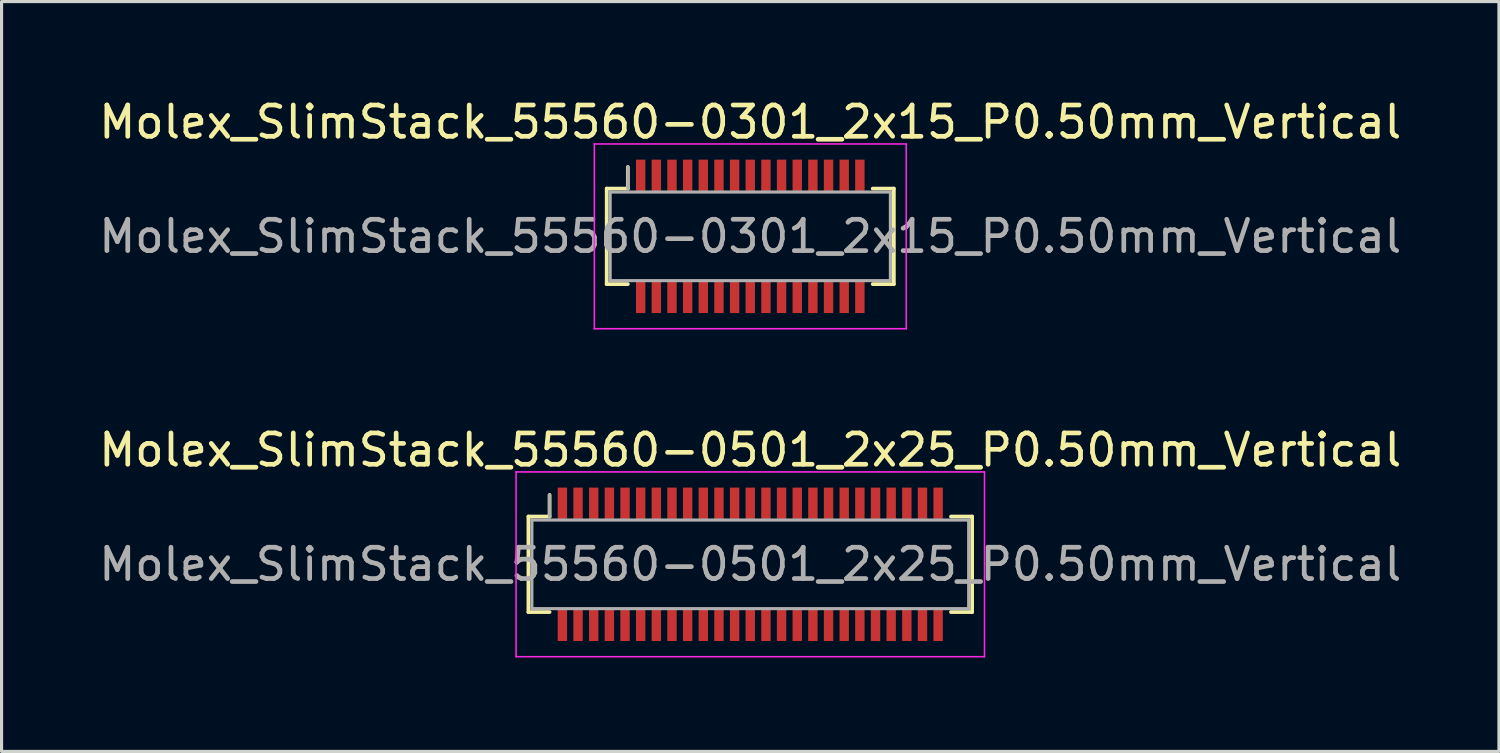
<source format=kicad_pcb>
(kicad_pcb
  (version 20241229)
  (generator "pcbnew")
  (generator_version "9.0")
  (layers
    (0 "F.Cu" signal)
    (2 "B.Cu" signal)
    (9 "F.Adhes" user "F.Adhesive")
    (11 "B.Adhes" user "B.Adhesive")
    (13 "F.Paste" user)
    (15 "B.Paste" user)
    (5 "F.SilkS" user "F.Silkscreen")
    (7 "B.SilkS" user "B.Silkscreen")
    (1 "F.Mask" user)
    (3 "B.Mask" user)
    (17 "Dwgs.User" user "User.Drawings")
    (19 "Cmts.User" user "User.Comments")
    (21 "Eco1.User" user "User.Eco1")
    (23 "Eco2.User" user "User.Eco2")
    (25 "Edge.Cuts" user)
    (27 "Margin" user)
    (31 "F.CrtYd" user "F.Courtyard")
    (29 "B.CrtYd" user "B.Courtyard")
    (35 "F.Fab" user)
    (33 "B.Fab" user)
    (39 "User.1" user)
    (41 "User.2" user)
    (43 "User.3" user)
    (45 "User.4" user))
  (footprint "Molex_SlimStack_55560-0501_2x25_P0.50mm_Vertical"
    (layer "F.Cu")
    (at 20.911 14.972)
    (property "Reference" "Molex_SlimStack_55560-0501_2x25_P0.50mm_Vertical" (at 0 -3.65 0) (layer "F.SilkS") (effects (font (size 1 1) (thickness 0.15))))
    (attr smd)
    (fp_line (start -7.085 -1.525) (end -6.41 -1.525) (stroke (width 0.12) (type solid)) (layer "F.SilkS"))
    (fp_line (start -7.085 1.525) (end -7.085 -1.525) (stroke (width 0.12) (type solid)) (layer "F.SilkS"))
    (fp_line (start -6.41 -1.525) (end -6.41 -2.215) (stroke (width 0.12) (type solid)) (layer "F.SilkS"))
    (fp_line (start -6.41 1.525) (end -7.085 1.525) (stroke (width 0.12) (type solid)) (layer "F.SilkS"))
    (fp_line (start 6.41 1.525) (end 7.085 1.525) (stroke (width 0.12) (type solid)) (layer "F.SilkS"))
    (fp_line (start 7.085 -1.525) (end 6.41 -1.525) (stroke (width 0.12) (type solid)) (layer "F.SilkS"))
    (fp_line (start 7.085 1.525) (end 7.085 -1.525) (stroke (width 0.12) (type solid)) (layer "F.SilkS"))
    (fp_line (start -7.48 -2.95) (end -7.48 2.95) (stroke (width 0.05) (type solid)) (layer "F.CrtYd"))
    (fp_line (start -7.48 2.95) (end 7.48 2.95) (stroke (width 0.05) (type solid)) (layer "F.CrtYd"))
    (fp_line (start 7.48 -2.95) (end -7.48 -2.95) (stroke (width 0.05) (type solid)) (layer "F.CrtYd"))
    (fp_line (start 7.48 2.95) (end 7.48 -2.95) (stroke (width 0.05) (type solid)) (layer "F.CrtYd"))
    (fp_line (start -6.975 -1.415) (end -6.975 1.415) (stroke (width 0.1) (type solid)) (layer "F.Fab"))
    (fp_line (start -6.975 1.415) (end 6.975 1.415) (stroke (width 0.1) (type solid)) (layer "F.Fab"))
    (fp_line (start -6.41 -1.525) (end -6.41 -2.215) (stroke (width 0.1) (type solid)) (layer "F.Fab"))
    (fp_line (start 6.975 -1.415) (end -6.975 -1.415) (stroke (width 0.1) (type solid)) (layer "F.Fab"))
    (fp_line (start 6.975 1.415) (end 6.975 -1.415) (stroke (width 0.1) (type solid)) (layer "F.Fab"))
    (fp_text user "${REFERENCE}" (at 0 0 0) (layer "F.Fab") (effects (font (size 1 1) (thickness 0.15))))
    (pad "1" smd rect (at -6 -1.95) (size 0.3 1) (layers "F.Cu" "F.Mask" "F.Paste"))
    (pad "2" smd rect (at -6 1.95) (size 0.3 1) (layers "F.Cu" "F.Mask" "F.Paste"))
    (pad "3" smd rect (at -5.5 -1.95) (size 0.3 1) (layers "F.Cu" "F.Mask" "F.Paste"))
    (pad "4" smd rect (at -5.5 1.95) (size 0.3 1) (layers "F.Cu" "F.Mask" "F.Paste"))
    (pad "5" smd rect (at -5 -1.95) (size 0.3 1) (layers "F.Cu" "F.Mask" "F.Paste"))
    (pad "6" smd rect (at -5 1.95) (size 0.3 1) (layers "F.Cu" "F.Mask" "F.Paste"))
    (pad "7" smd rect (at -4.5 -1.95) (size 0.3 1) (layers "F.Cu" "F.Mask" "F.Paste"))
    (pad "8" smd rect (at -4.5 1.95) (size 0.3 1) (layers "F.Cu" "F.Mask" "F.Paste"))
    (pad "9" smd rect (at -4 -1.95) (size 0.3 1) (layers "F.Cu" "F.Mask" "F.Paste"))
    (pad "10" smd rect (at -4 1.95) (size 0.3 1) (layers "F.Cu" "F.Mask" "F.Paste"))
    (pad "11" smd rect (at -3.5 -1.95) (size 0.3 1) (layers "F.Cu" "F.Mask" "F.Paste"))
    (pad "12" smd rect (at -3.5 1.95) (size 0.3 1) (layers "F.Cu" "F.Mask" "F.Paste"))
    (pad "13" smd rect (at -3 -1.95) (size 0.3 1) (layers "F.Cu" "F.Mask" "F.Paste"))
    (pad "14" smd rect (at -3 1.95) (size 0.3 1) (layers "F.Cu" "F.Mask" "F.Paste"))
    (pad "15" smd rect (at -2.5 -1.95) (size 0.3 1) (layers "F.Cu" "F.Mask" "F.Paste"))
    (pad "16" smd rect (at -2.5 1.95) (size 0.3 1) (layers "F.Cu" "F.Mask" "F.Paste"))
    (pad "17" smd rect (at -2 -1.95) (size 0.3 1) (layers "F.Cu" "F.Mask" "F.Paste"))
    (pad "18" smd rect (at -2 1.95) (size 0.3 1) (layers "F.Cu" "F.Mask" "F.Paste"))
    (pad "19" smd rect (at -1.5 -1.95) (size 0.3 1) (layers "F.Cu" "F.Mask" "F.Paste"))
    (pad "20" smd rect (at -1.5 1.95) (size 0.3 1) (layers "F.Cu" "F.Mask" "F.Paste"))
    (pad "21" smd rect (at -1 -1.95) (size 0.3 1) (layers "F.Cu" "F.Mask" "F.Paste"))
    (pad "22" smd rect (at -1 1.95) (size 0.3 1) (layers "F.Cu" "F.Mask" "F.Paste"))
    (pad "23" smd rect (at -0.5 -1.95) (size 0.3 1) (layers "F.Cu" "F.Mask" "F.Paste"))
    (pad "24" smd rect (at -0.5 1.95) (size 0.3 1) (layers "F.Cu" "F.Mask" "F.Paste"))
    (pad "25" smd rect (at 0 -1.95) (size 0.3 1) (layers "F.Cu" "F.Mask" "F.Paste"))
    (pad "26" smd rect (at 0 1.95) (size 0.3 1) (layers "F.Cu" "F.Mask" "F.Paste"))
    (pad "27" smd rect (at 0.5 -1.95) (size 0.3 1) (layers "F.Cu" "F.Mask" "F.Paste"))
    (pad "28" smd rect (at 0.5 1.95) (size 0.3 1) (layers "F.Cu" "F.Mask" "F.Paste"))
    (pad "29" smd rect (at 1 -1.95) (size 0.3 1) (layers "F.Cu" "F.Mask" "F.Paste"))
    (pad "30" smd rect (at 1 1.95) (size 0.3 1) (layers "F.Cu" "F.Mask" "F.Paste"))
    (pad "31" smd rect (at 1.5 -1.95) (size 0.3 1) (layers "F.Cu" "F.Mask" "F.Paste"))
    (pad "32" smd rect (at 1.5 1.95) (size 0.3 1) (layers "F.Cu" "F.Mask" "F.Paste"))
    (pad "33" smd rect (at 2 -1.95) (size 0.3 1) (layers "F.Cu" "F.Mask" "F.Paste"))
    (pad "34" smd rect (at 2 1.95) (size 0.3 1) (layers "F.Cu" "F.Mask" "F.Paste"))
    (pad "35" smd rect (at 2.5 -1.95) (size 0.3 1) (layers "F.Cu" "F.Mask" "F.Paste"))
    (pad "36" smd rect (at 2.5 1.95) (size 0.3 1) (layers "F.Cu" "F.Mask" "F.Paste"))
    (pad "37" smd rect (at 3 -1.95) (size 0.3 1) (layers "F.Cu" "F.Mask" "F.Paste"))
    (pad "38" smd rect (at 3 1.95) (size 0.3 1) (layers "F.Cu" "F.Mask" "F.Paste"))
    (pad "39" smd rect (at 3.5 -1.95) (size 0.3 1) (layers "F.Cu" "F.Mask" "F.Paste"))
    (pad "40" smd rect (at 3.5 1.95) (size 0.3 1) (layers "F.Cu" "F.Mask" "F.Paste"))
    (pad "41" smd rect (at 4 -1.95) (size 0.3 1) (layers "F.Cu" "F.Mask" "F.Paste"))
    (pad "42" smd rect (at 4 1.95) (size 0.3 1) (layers "F.Cu" "F.Mask" "F.Paste"))
    (pad "43" smd rect (at 4.5 -1.95) (size 0.3 1) (layers "F.Cu" "F.Mask" "F.Paste"))
    (pad "44" smd rect (at 4.5 1.95) (size 0.3 1) (layers "F.Cu" "F.Mask" "F.Paste"))
    (pad "45" smd rect (at 5 -1.95) (size 0.3 1) (layers "F.Cu" "F.Mask" "F.Paste"))
    (pad "46" smd rect (at 5 1.95) (size 0.3 1) (layers "F.Cu" "F.Mask" "F.Paste"))
    (pad "47" smd rect (at 5.5 -1.95) (size 0.3 1) (layers "F.Cu" "F.Mask" "F.Paste"))
    (pad "48" smd rect (at 5.5 1.95) (size 0.3 1) (layers "F.Cu" "F.Mask" "F.Paste"))
    (pad "49" smd rect (at 6 -1.95) (size 0.3 1) (layers "F.Cu" "F.Mask" "F.Paste"))
    (pad "50" smd rect (at 6 1.95) (size 0.3 1) (layers "F.Cu" "F.Mask" "F.Paste")))
  (footprint "Molex_SlimStack_55560-0301_2x15_P0.50mm_Vertical"
    (layer "F.Cu")
    (at 20.911 4.498)
    (property "Reference" "Molex_SlimStack_55560-0301_2x15_P0.50mm_Vertical" (at 0 -3.65 0) (layer "F.SilkS") (effects (font (size 1 1) (thickness 0.15))))
    (attr smd)
    (fp_line (start -4.585 -1.525) (end -3.91 -1.525) (stroke (width 0.12) (type solid)) (layer "F.SilkS"))
    (fp_line (start -4.585 1.525) (end -4.585 -1.525) (stroke (width 0.12) (type solid)) (layer "F.SilkS"))
    (fp_line (start -3.91 -1.525) (end -3.91 -2.215) (stroke (width 0.12) (type solid)) (layer "F.SilkS"))
    (fp_line (start -3.91 1.525) (end -4.585 1.525) (stroke (width 0.12) (type solid)) (layer "F.SilkS"))
    (fp_line (start 3.91 1.525) (end 4.585 1.525) (stroke (width 0.12) (type solid)) (layer "F.SilkS"))
    (fp_line (start 4.585 -1.525) (end 3.91 -1.525) (stroke (width 0.12) (type solid)) (layer "F.SilkS"))
    (fp_line (start 4.585 1.525) (end 4.585 -1.525) (stroke (width 0.12) (type solid)) (layer "F.SilkS"))
    (fp_line (start -4.98 -2.95) (end -4.98 2.95) (stroke (width 0.05) (type solid)) (layer "F.CrtYd"))
    (fp_line (start -4.98 2.95) (end 4.98 2.95) (stroke (width 0.05) (type solid)) (layer "F.CrtYd"))
    (fp_line (start 4.98 -2.95) (end -4.98 -2.95) (stroke (width 0.05) (type solid)) (layer "F.CrtYd"))
    (fp_line (start 4.98 2.95) (end 4.98 -2.95) (stroke (width 0.05) (type solid)) (layer "F.CrtYd"))
    (fp_line (start -4.475 -1.415) (end -4.475 1.415) (stroke (width 0.1) (type solid)) (layer "F.Fab"))
    (fp_line (start -4.475 1.415) (end 4.475 1.415) (stroke (width 0.1) (type solid)) (layer "F.Fab"))
    (fp_line (start -3.91 -1.525) (end -3.91 -2.215) (stroke (width 0.1) (type solid)) (layer "F.Fab"))
    (fp_line (start 4.475 -1.415) (end -4.475 -1.415) (stroke (width 0.1) (type solid)) (layer "F.Fab"))
    (fp_line (start 4.475 1.415) (end 4.475 -1.415) (stroke (width 0.1) (type solid)) (layer "F.Fab"))
    (fp_text user "${REFERENCE}" (at 0 0 0) (layer "F.Fab") (effects (font (size 1 1) (thickness 0.15))))
    (pad "1" smd rect (at -3.5 -1.95) (size 0.3 1) (layers "F.Cu" "F.Mask" "F.Paste"))
    (pad "2" smd rect (at -3.5 1.95) (size 0.3 1) (layers "F.Cu" "F.Mask" "F.Paste"))
    (pad "3" smd rect (at -3 -1.95) (size 0.3 1) (layers "F.Cu" "F.Mask" "F.Paste"))
    (pad "4" smd rect (at -3 1.95) (size 0.3 1) (layers "F.Cu" "F.Mask" "F.Paste"))
    (pad "5" smd rect (at -2.5 -1.95) (size 0.3 1) (layers "F.Cu" "F.Mask" "F.Paste"))
    (pad "6" smd rect (at -2.5 1.95) (size 0.3 1) (layers "F.Cu" "F.Mask" "F.Paste"))
    (pad "7" smd rect (at -2 -1.95) (size 0.3 1) (layers "F.Cu" "F.Mask" "F.Paste"))
    (pad "8" smd rect (at -2 1.95) (size 0.3 1) (layers "F.Cu" "F.Mask" "F.Paste"))
    (pad "9" smd rect (at -1.5 -1.95) (size 0.3 1) (layers "F.Cu" "F.Mask" "F.Paste"))
    (pad "10" smd rect (at -1.5 1.95) (size 0.3 1) (layers "F.Cu" "F.Mask" "F.Paste"))
    (pad "11" smd rect (at -1 -1.95) (size 0.3 1) (layers "F.Cu" "F.Mask" "F.Paste"))
    (pad "12" smd rect (at -1 1.95) (size 0.3 1) (layers "F.Cu" "F.Mask" "F.Paste"))
    (pad "13" smd rect (at -0.5 -1.95) (size 0.3 1) (layers "F.Cu" "F.Mask" "F.Paste"))
    (pad "14" smd rect (at -0.5 1.95) (size 0.3 1) (layers "F.Cu" "F.Mask" "F.Paste"))
    (pad "15" smd rect (at 0 -1.95) (size 0.3 1) (layers "F.Cu" "F.Mask" "F.Paste"))
    (pad "16" smd rect (at 0 1.95) (size 0.3 1) (layers "F.Cu" "F.Mask" "F.Paste"))
    (pad "17" smd rect (at 0.5 -1.95) (size 0.3 1) (layers "F.Cu" "F.Mask" "F.Paste"))
    (pad "18" smd rect (at 0.5 1.95) (size 0.3 1) (layers "F.Cu" "F.Mask" "F.Paste"))
    (pad "19" smd rect (at 1 -1.95) (size 0.3 1) (layers "F.Cu" "F.Mask" "F.Paste"))
    (pad "20" smd rect (at 1 1.95) (size 0.3 1) (layers "F.Cu" "F.Mask" "F.Paste"))
    (pad "21" smd rect (at 1.5 -1.95) (size 0.3 1) (layers "F.Cu" "F.Mask" "F.Paste"))
    (pad "22" smd rect (at 1.5 1.95) (size 0.3 1) (layers "F.Cu" "F.Mask" "F.Paste"))
    (pad "23" smd rect (at 2 -1.95) (size 0.3 1) (layers "F.Cu" "F.Mask" "F.Paste"))
    (pad "24" smd rect (at 2 1.95) (size 0.3 1) (layers "F.Cu" "F.Mask" "F.Paste"))
    (pad "25" smd rect (at 2.5 -1.95) (size 0.3 1) (layers "F.Cu" "F.Mask" "F.Paste"))
    (pad "26" smd rect (at 2.5 1.95) (size 0.3 1) (layers "F.Cu" "F.Mask" "F.Paste"))
    (pad "27" smd rect (at 3 -1.95) (size 0.3 1) (layers "F.Cu" "F.Mask" "F.Paste"))
    (pad "28" smd rect (at 3 1.95) (size 0.3 1) (layers "F.Cu" "F.Mask" "F.Paste"))
    (pad "29" smd rect (at 3.5 -1.95) (size 0.3 1) (layers "F.Cu" "F.Mask" "F.Paste"))
    (pad "30" smd rect (at 3.5 1.95) (size 0.3 1) (layers "F.Cu" "F.Mask" "F.Paste")))
  (gr_rect
    (start -3 -3)
    (end 44.821 20.947)
    (stroke (width 0.1) (type default))
    (fill no)
    (layer "Edge.Cuts")))
</source>
